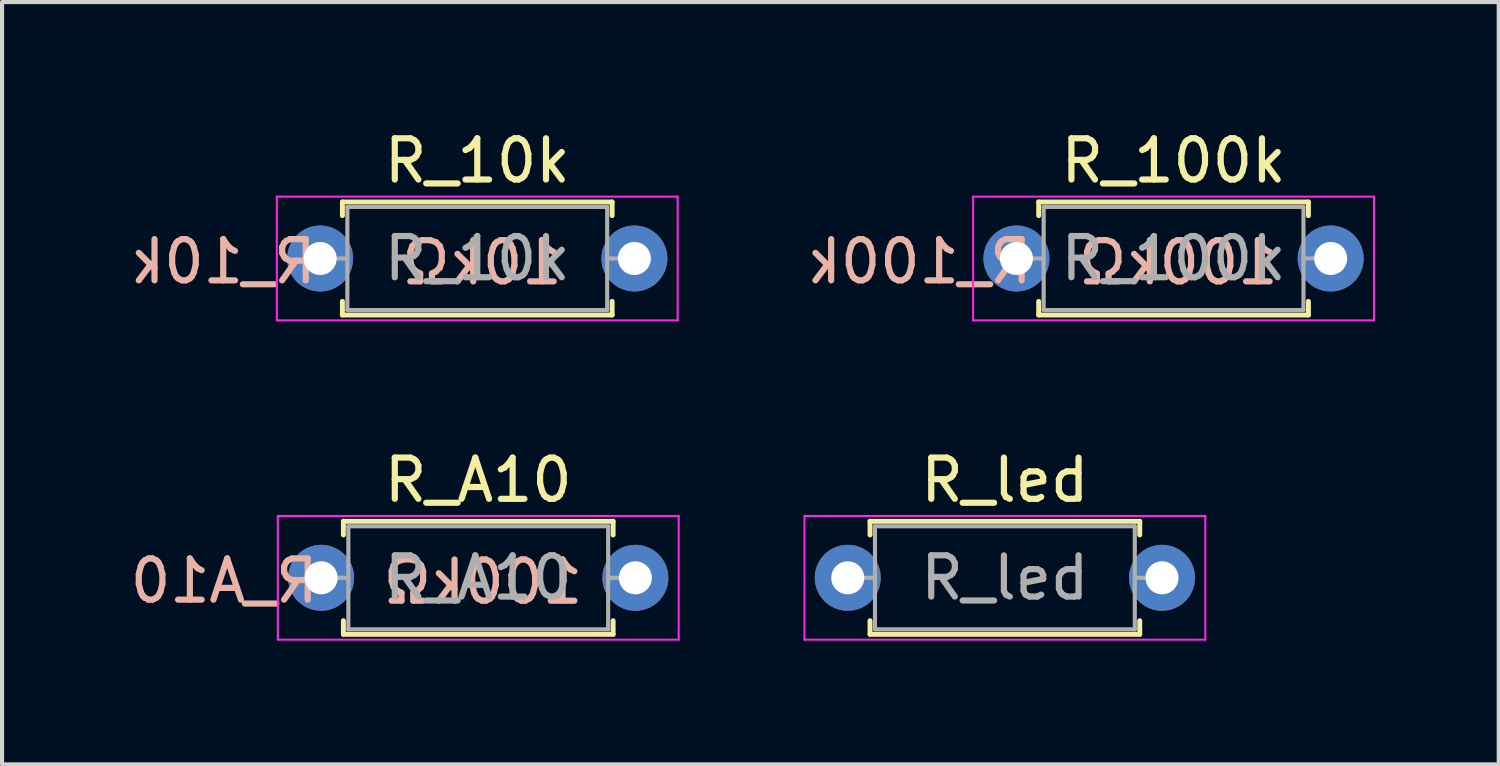
<source format=kicad_pcb>
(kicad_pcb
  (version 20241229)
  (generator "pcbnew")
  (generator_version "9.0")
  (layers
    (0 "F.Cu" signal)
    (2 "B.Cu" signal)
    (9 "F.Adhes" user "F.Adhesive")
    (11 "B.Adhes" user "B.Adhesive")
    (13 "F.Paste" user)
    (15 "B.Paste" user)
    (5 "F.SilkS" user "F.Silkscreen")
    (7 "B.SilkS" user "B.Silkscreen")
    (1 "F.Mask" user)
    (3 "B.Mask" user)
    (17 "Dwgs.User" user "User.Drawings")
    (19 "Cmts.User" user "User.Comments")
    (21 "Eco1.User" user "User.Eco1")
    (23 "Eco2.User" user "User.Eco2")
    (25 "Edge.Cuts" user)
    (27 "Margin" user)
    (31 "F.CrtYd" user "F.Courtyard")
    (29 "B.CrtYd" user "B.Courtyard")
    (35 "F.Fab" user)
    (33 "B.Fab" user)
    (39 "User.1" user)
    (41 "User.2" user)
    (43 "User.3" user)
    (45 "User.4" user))
  (footprint "R_A10"
    (layer "F.Cu")
    (at 4.737 10.961)
    (property "Reference" "R_A10" (at 3.81 -2.37 0) (layer "F.SilkS") (effects (font (size 1 1) (thickness 0.15))))
    (property "Value" "100kΩ" (at 6.225 2.35 0) (layer "F.SilkS") (hide yes) (effects (font (size 1 1) (thickness 0.15))))
    (attr through_hole)
    (fp_line (start 0.54 -1.37) (end 7.08 -1.37) (stroke (width 0.12) (type solid)) (layer "F.SilkS"))
    (fp_line (start 0.54 -1.04) (end 0.54 -1.37) (stroke (width 0.12) (type solid)) (layer "F.SilkS"))
    (fp_line (start 0.54 1.04) (end 0.54 1.37) (stroke (width 0.12) (type solid)) (layer "F.SilkS"))
    (fp_line (start 0.54 1.37) (end 7.08 1.37) (stroke (width 0.12) (type solid)) (layer "F.SilkS"))
    (fp_line (start 7.08 -1.37) (end 7.08 -1.04) (stroke (width 0.12) (type solid)) (layer "F.SilkS"))
    (fp_line (start 7.08 1.37) (end 7.08 1.04) (stroke (width 0.12) (type solid)) (layer "F.SilkS"))
    (fp_line (start -1.05 -1.5) (end -1.05 1.5) (stroke (width 0.05) (type solid)) (layer "F.CrtYd"))
    (fp_line (start -1.05 1.5) (end 8.67 1.5) (stroke (width 0.05) (type solid)) (layer "F.CrtYd"))
    (fp_line (start 8.67 -1.5) (end -1.05 -1.5) (stroke (width 0.05) (type solid)) (layer "F.CrtYd"))
    (fp_line (start 8.67 1.5) (end 8.67 -1.5) (stroke (width 0.05) (type solid)) (layer "F.CrtYd"))
    (fp_line (start 0 0) (end 0.66 0) (stroke (width 0.1) (type solid)) (layer "F.Fab"))
    (fp_line (start 0.66 -1.25) (end 0.66 1.25) (stroke (width 0.1) (type solid)) (layer "F.Fab"))
    (fp_line (start 0.66 1.25) (end 6.96 1.25) (stroke (width 0.1) (type solid)) (layer "F.Fab"))
    (fp_line (start 6.96 -1.25) (end 0.66 -1.25) (stroke (width 0.1) (type solid)) (layer "F.Fab"))
    (fp_line (start 6.96 1.25) (end 6.96 -1.25) (stroke (width 0.1) (type solid)) (layer "F.Fab"))
    (fp_line (start 7.62 0) (end 6.96 0) (stroke (width 0.1) (type solid)) (layer "F.Fab"))
    (fp_text user "${VALUE}" (at 3.925 0.1 0) (layer "B.SilkS") (effects (font (size 1 1) (thickness 0.15)) (justify mirror)))
    (fp_text user "${REFERENCE}" (at -2.35 0.075 0) (layer "B.SilkS") (effects (font (size 1 1) (thickness 0.15)) (justify mirror)))
    (fp_text user "${REFERENCE}" (at 3.81 0 0) (layer "F.Fab") (effects (font (size 1 1) (thickness 0.15))))
    (pad "1" thru_hole circle (at 0 0) (size 1.6 1.6) (drill 0.8) (layers "*.Cu" "*.Mask"))
    (pad "2" thru_hole oval (at 7.62 0) (size 1.6 1.6) (drill 0.8) (layers "*.Cu" "*.Mask")))
  (footprint "R_100k"
    (layer "F.Cu")
    (at 21.597 3.218)
    (property "Reference" "R_100k" (at 3.81 -2.37 0) (layer "F.SilkS") (effects (font (size 1 1) (thickness 0.15))))
    (property "Value" "100kΩ" (at 6.225 2.35 0) (layer "F.SilkS") (hide yes) (effects (font (size 1 1) (thickness 0.15))))
    (attr through_hole)
    (fp_line (start 0.54 -1.37) (end 7.08 -1.37) (stroke (width 0.12) (type solid)) (layer "F.SilkS"))
    (fp_line (start 0.54 -1.04) (end 0.54 -1.37) (stroke (width 0.12) (type solid)) (layer "F.SilkS"))
    (fp_line (start 0.54 1.04) (end 0.54 1.37) (stroke (width 0.12) (type solid)) (layer "F.SilkS"))
    (fp_line (start 0.54 1.37) (end 7.08 1.37) (stroke (width 0.12) (type solid)) (layer "F.SilkS"))
    (fp_line (start 7.08 -1.37) (end 7.08 -1.04) (stroke (width 0.12) (type solid)) (layer "F.SilkS"))
    (fp_line (start 7.08 1.37) (end 7.08 1.04) (stroke (width 0.12) (type solid)) (layer "F.SilkS"))
    (fp_line (start -1.05 -1.5) (end -1.05 1.5) (stroke (width 0.05) (type solid)) (layer "F.CrtYd"))
    (fp_line (start -1.05 1.5) (end 8.67 1.5) (stroke (width 0.05) (type solid)) (layer "F.CrtYd"))
    (fp_line (start 8.67 -1.5) (end -1.05 -1.5) (stroke (width 0.05) (type solid)) (layer "F.CrtYd"))
    (fp_line (start 8.67 1.5) (end 8.67 -1.5) (stroke (width 0.05) (type solid)) (layer "F.CrtYd"))
    (fp_line (start 0 0) (end 0.66 0) (stroke (width 0.1) (type solid)) (layer "F.Fab"))
    (fp_line (start 0.66 -1.25) (end 0.66 1.25) (stroke (width 0.1) (type solid)) (layer "F.Fab"))
    (fp_line (start 0.66 1.25) (end 6.96 1.25) (stroke (width 0.1) (type solid)) (layer "F.Fab"))
    (fp_line (start 6.96 -1.25) (end 0.66 -1.25) (stroke (width 0.1) (type solid)) (layer "F.Fab"))
    (fp_line (start 6.96 1.25) (end 6.96 -1.25) (stroke (width 0.1) (type solid)) (layer "F.Fab"))
    (fp_line (start 7.62 0) (end 6.96 0) (stroke (width 0.1) (type solid)) (layer "F.Fab"))
    (fp_text user "${VALUE}" (at 3.925 0.1 0) (layer "B.SilkS") (effects (font (size 1 1) (thickness 0.15)) (justify mirror)))
    (fp_text user "${REFERENCE}" (at -2.35 0.075 0) (layer "B.SilkS") (effects (font (size 1 1) (thickness 0.15)) (justify mirror)))
    (fp_text user "${REFERENCE}" (at 3.81 0 0) (layer "F.Fab") (effects (font (size 1 1) (thickness 0.15))))
    (pad "1" thru_hole circle (at 0 0) (size 1.6 1.6) (drill 0.8) (layers "*.Cu" "*.Mask"))
    (pad "2" thru_hole oval (at 7.62 0) (size 1.6 1.6) (drill 0.8) (layers "*.Cu" "*.Mask")))
  (footprint "R_led"
    (layer "F.Cu")
    (at 17.507 10.961)
    (property "Reference" "R_led" (at 3.81 -2.37 0) (layer "F.SilkS") (effects (font (size 1 1) (thickness 0.15))))
    (attr through_hole)
    (fp_line (start 0.54 -1.37) (end 7.08 -1.37) (stroke (width 0.12) (type solid)) (layer "F.SilkS"))
    (fp_line (start 0.54 -1.04) (end 0.54 -1.37) (stroke (width 0.12) (type solid)) (layer "F.SilkS"))
    (fp_line (start 0.54 1.04) (end 0.54 1.37) (stroke (width 0.12) (type solid)) (layer "F.SilkS"))
    (fp_line (start 0.54 1.37) (end 7.08 1.37) (stroke (width 0.12) (type solid)) (layer "F.SilkS"))
    (fp_line (start 7.08 -1.37) (end 7.08 -1.04) (stroke (width 0.12) (type solid)) (layer "F.SilkS"))
    (fp_line (start 7.08 1.37) (end 7.08 1.04) (stroke (width 0.12) (type solid)) (layer "F.SilkS"))
    (fp_line (start -1.05 -1.5) (end -1.05 1.5) (stroke (width 0.05) (type solid)) (layer "F.CrtYd"))
    (fp_line (start -1.05 1.5) (end 8.67 1.5) (stroke (width 0.05) (type solid)) (layer "F.CrtYd"))
    (fp_line (start 8.67 -1.5) (end -1.05 -1.5) (stroke (width 0.05) (type solid)) (layer "F.CrtYd"))
    (fp_line (start 8.67 1.5) (end 8.67 -1.5) (stroke (width 0.05) (type solid)) (layer "F.CrtYd"))
    (fp_line (start 0 0) (end 0.66 0) (stroke (width 0.1) (type solid)) (layer "F.Fab"))
    (fp_line (start 0.66 -1.25) (end 0.66 1.25) (stroke (width 0.1) (type solid)) (layer "F.Fab"))
    (fp_line (start 0.66 1.25) (end 6.96 1.25) (stroke (width 0.1) (type solid)) (layer "F.Fab"))
    (fp_line (start 6.96 -1.25) (end 0.66 -1.25) (stroke (width 0.1) (type solid)) (layer "F.Fab"))
    (fp_line (start 6.96 1.25) (end 6.96 -1.25) (stroke (width 0.1) (type solid)) (layer "F.Fab"))
    (fp_line (start 7.62 0) (end 6.96 0) (stroke (width 0.1) (type solid)) (layer "F.Fab"))
    (fp_text user "${REFERENCE}" (at 3.81 0 0) (layer "F.Fab") (effects (font (size 1 1) (thickness 0.15))))
    (pad "1" thru_hole circle (at 0 0) (size 1.6 1.6) (drill 0.8) (layers "*.Cu" "*.Mask"))
    (pad "2" thru_hole oval (at 7.62 0) (size 1.6 1.6) (drill 0.8) (layers "*.Cu" "*.Mask")))
  (footprint "R_10k"
    (layer "F.Cu")
    (at 4.713 3.218)
    (property "Reference" "R_10k" (at 3.81 -2.37 0) (layer "F.SilkS") (effects (font (size 1 1) (thickness 0.15))))
    (property "Value" "10kΩ" (at 6.225 2.35 0) (layer "F.SilkS") (hide yes) (effects (font (size 1 1) (thickness 0.15))))
    (attr through_hole)
    (fp_line (start 0.54 -1.37) (end 7.08 -1.37) (stroke (width 0.12) (type solid)) (layer "F.SilkS"))
    (fp_line (start 0.54 -1.04) (end 0.54 -1.37) (stroke (width 0.12) (type solid)) (layer "F.SilkS"))
    (fp_line (start 0.54 1.04) (end 0.54 1.37) (stroke (width 0.12) (type solid)) (layer "F.SilkS"))
    (fp_line (start 0.54 1.37) (end 7.08 1.37) (stroke (width 0.12) (type solid)) (layer "F.SilkS"))
    (fp_line (start 7.08 -1.37) (end 7.08 -1.04) (stroke (width 0.12) (type solid)) (layer "F.SilkS"))
    (fp_line (start 7.08 1.37) (end 7.08 1.04) (stroke (width 0.12) (type solid)) (layer "F.SilkS"))
    (fp_line (start -1.05 -1.5) (end -1.05 1.5) (stroke (width 0.05) (type solid)) (layer "F.CrtYd"))
    (fp_line (start -1.05 1.5) (end 8.67 1.5) (stroke (width 0.05) (type solid)) (layer "F.CrtYd"))
    (fp_line (start 8.67 -1.5) (end -1.05 -1.5) (stroke (width 0.05) (type solid)) (layer "F.CrtYd"))
    (fp_line (start 8.67 1.5) (end 8.67 -1.5) (stroke (width 0.05) (type solid)) (layer "F.CrtYd"))
    (fp_line (start 0 0) (end 0.66 0) (stroke (width 0.1) (type solid)) (layer "F.Fab"))
    (fp_line (start 0.66 -1.25) (end 0.66 1.25) (stroke (width 0.1) (type solid)) (layer "F.Fab"))
    (fp_line (start 0.66 1.25) (end 6.96 1.25) (stroke (width 0.1) (type solid)) (layer "F.Fab"))
    (fp_line (start 6.96 -1.25) (end 0.66 -1.25) (stroke (width 0.1) (type solid)) (layer "F.Fab"))
    (fp_line (start 6.96 1.25) (end 6.96 -1.25) (stroke (width 0.1) (type solid)) (layer "F.Fab"))
    (fp_line (start 7.62 0) (end 6.96 0) (stroke (width 0.1) (type solid)) (layer "F.Fab"))
    (fp_text user "${REFERENCE}" (at -2.35 0.075 0) (layer "B.SilkS") (effects (font (size 1 1) (thickness 0.15)) (justify mirror)))
    (fp_text user "${VALUE}" (at 3.925 0.1 0) (layer "B.SilkS") (effects (font (size 1 1) (thickness 0.15)) (justify mirror)))
    (fp_text user "${REFERENCE}" (at 3.81 0 0) (layer "F.Fab") (effects (font (size 1 1) (thickness 0.15))))
    (pad "1" thru_hole circle (at 0 0) (size 1.6 1.6) (drill 0.8) (layers "*.Cu" "*.Mask"))
    (pad "2" thru_hole oval (at 7.62 0) (size 1.6 1.6) (drill 0.8) (layers "*.Cu" "*.Mask")))
  (gr_rect
    (start -3 -3)
    (end 33.292 15.486)
    (stroke (width 0.1) (type default))
    (fill no)
    (layer "Edge.Cuts")))
</source>
